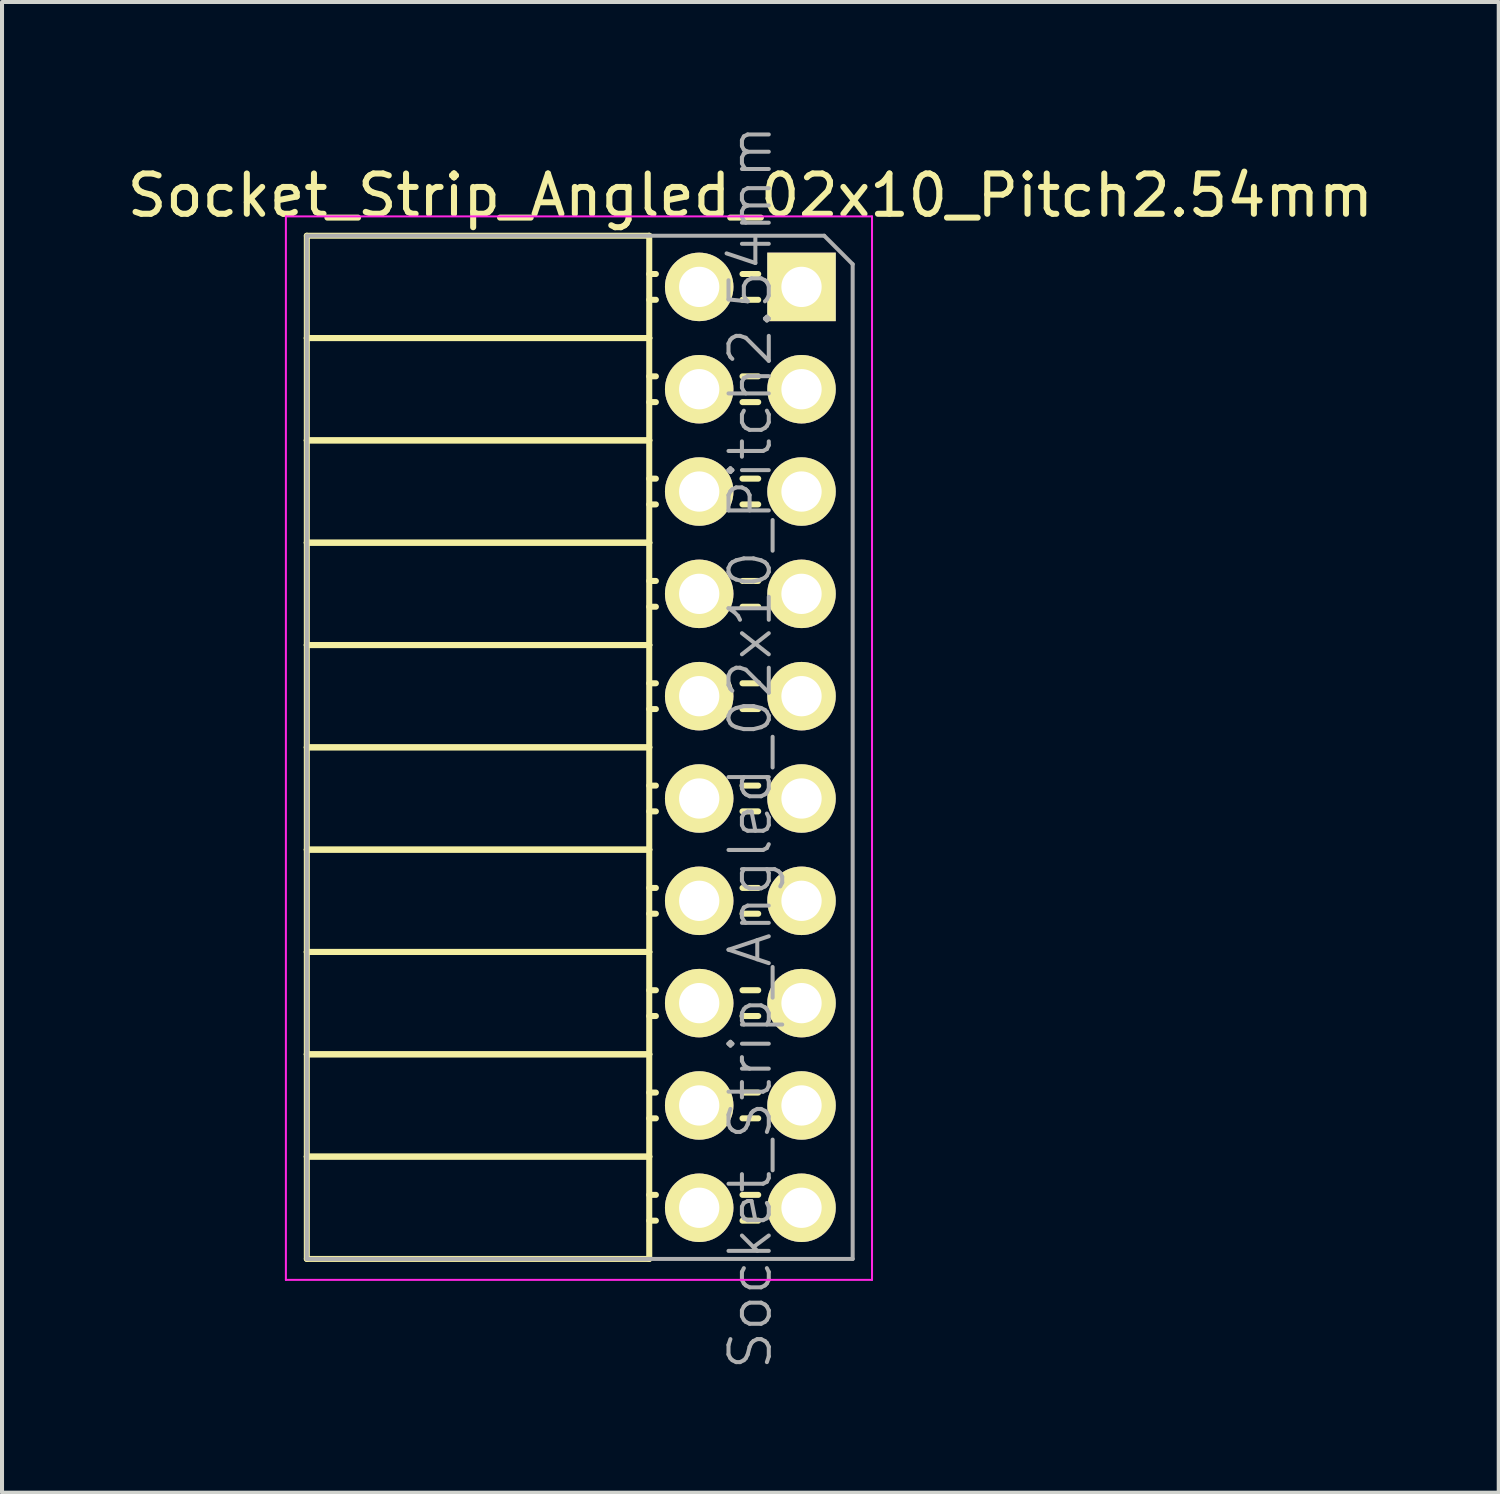
<source format=kicad_pcb>
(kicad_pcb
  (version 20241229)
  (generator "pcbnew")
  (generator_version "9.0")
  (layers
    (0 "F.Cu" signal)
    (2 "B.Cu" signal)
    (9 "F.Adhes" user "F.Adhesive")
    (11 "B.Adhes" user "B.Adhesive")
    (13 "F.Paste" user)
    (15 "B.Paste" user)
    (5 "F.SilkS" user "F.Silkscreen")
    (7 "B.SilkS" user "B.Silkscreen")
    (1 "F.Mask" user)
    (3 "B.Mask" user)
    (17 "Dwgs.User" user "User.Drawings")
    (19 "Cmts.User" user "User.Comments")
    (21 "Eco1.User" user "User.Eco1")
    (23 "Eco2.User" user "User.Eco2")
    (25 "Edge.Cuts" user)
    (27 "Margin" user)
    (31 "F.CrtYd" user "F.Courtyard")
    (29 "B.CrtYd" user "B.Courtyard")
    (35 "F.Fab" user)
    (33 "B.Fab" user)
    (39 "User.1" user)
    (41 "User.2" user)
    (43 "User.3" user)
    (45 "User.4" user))
  (footprint "Socket_Strip_Angled_02x10_Pitch2.54mm"
    (layer "F.Cu")
    (at 16.847 4.072)
    (property "Reference" "Socket_Strip_Angled_02x10_Pitch2.54mm" (at -1.27 -2.27 0) (layer "F.SilkS") (effects (font (size 1 1) (thickness 0.15))))
    (attr smd)
    (fp_line (start -12.28 -1.27) (end -12.28 1.27) (stroke (width 0.15) (type solid)) (layer "F.SilkS"))
    (fp_line (start -12.28 -1.27) (end -3.78 -1.27) (stroke (width 0.15) (type solid)) (layer "F.SilkS"))
    (fp_line (start -12.28 1.27) (end -12.28 3.81) (stroke (width 0.15) (type solid)) (layer "F.SilkS"))
    (fp_line (start -12.28 1.27) (end -3.78 1.27) (stroke (width 0.15) (type solid)) (layer "F.SilkS"))
    (fp_line (start -12.28 1.27) (end -3.78 1.27) (stroke (width 0.15) (type solid)) (layer "F.SilkS"))
    (fp_line (start -12.28 3.81) (end -12.28 6.35) (stroke (width 0.15) (type solid)) (layer "F.SilkS"))
    (fp_line (start -12.28 3.81) (end -3.78 3.81) (stroke (width 0.15) (type solid)) (layer "F.SilkS"))
    (fp_line (start -12.28 3.81) (end -3.78 3.81) (stroke (width 0.15) (type solid)) (layer "F.SilkS"))
    (fp_line (start -12.28 6.35) (end -12.28 8.89) (stroke (width 0.15) (type solid)) (layer "F.SilkS"))
    (fp_line (start -12.28 6.35) (end -3.78 6.35) (stroke (width 0.15) (type solid)) (layer "F.SilkS"))
    (fp_line (start -12.28 6.35) (end -3.78 6.35) (stroke (width 0.15) (type solid)) (layer "F.SilkS"))
    (fp_line (start -12.28 8.89) (end -12.28 11.43) (stroke (width 0.15) (type solid)) (layer "F.SilkS"))
    (fp_line (start -12.28 8.89) (end -3.78 8.89) (stroke (width 0.15) (type solid)) (layer "F.SilkS"))
    (fp_line (start -12.28 8.89) (end -3.78 8.89) (stroke (width 0.15) (type solid)) (layer "F.SilkS"))
    (fp_line (start -12.28 11.43) (end -12.28 13.97) (stroke (width 0.15) (type solid)) (layer "F.SilkS"))
    (fp_line (start -12.28 11.43) (end -3.78 11.43) (stroke (width 0.15) (type solid)) (layer "F.SilkS"))
    (fp_line (start -12.28 11.43) (end -3.78 11.43) (stroke (width 0.15) (type solid)) (layer "F.SilkS"))
    (fp_line (start -12.28 13.97) (end -12.28 16.51) (stroke (width 0.15) (type solid)) (layer "F.SilkS"))
    (fp_line (start -12.28 13.97) (end -3.78 13.97) (stroke (width 0.15) (type solid)) (layer "F.SilkS"))
    (fp_line (start -12.28 13.97) (end -3.78 13.97) (stroke (width 0.15) (type solid)) (layer "F.SilkS"))
    (fp_line (start -12.28 16.51) (end -12.28 19.05) (stroke (width 0.15) (type solid)) (layer "F.SilkS"))
    (fp_line (start -12.28 16.51) (end -3.78 16.51) (stroke (width 0.15) (type solid)) (layer "F.SilkS"))
    (fp_line (start -12.28 16.51) (end -3.78 16.51) (stroke (width 0.15) (type solid)) (layer "F.SilkS"))
    (fp_line (start -12.28 19.05) (end -12.28 21.59) (stroke (width 0.15) (type solid)) (layer "F.SilkS"))
    (fp_line (start -12.28 19.05) (end -3.78 19.05) (stroke (width 0.15) (type solid)) (layer "F.SilkS"))
    (fp_line (start -12.28 19.05) (end -3.78 19.05) (stroke (width 0.15) (type solid)) (layer "F.SilkS"))
    (fp_line (start -12.28 21.59) (end -12.28 24.13) (stroke (width 0.15) (type solid)) (layer "F.SilkS"))
    (fp_line (start -12.28 21.59) (end -3.78 21.59) (stroke (width 0.15) (type solid)) (layer "F.SilkS"))
    (fp_line (start -12.28 21.59) (end -3.78 21.59) (stroke (width 0.15) (type solid)) (layer "F.SilkS"))
    (fp_line (start -12.28 24.13) (end -3.78 24.13) (stroke (width 0.15) (type solid)) (layer "F.SilkS"))
    (fp_line (start -3.78 -1.27) (end -3.78 1.27) (stroke (width 0.15) (type solid)) (layer "F.SilkS"))
    (fp_line (start -3.78 -0.32) (end -3.615 -0.32) (stroke (width 0.15) (type solid)) (layer "F.SilkS"))
    (fp_line (start -3.78 0.32) (end -3.615 0.32) (stroke (width 0.15) (type solid)) (layer "F.SilkS"))
    (fp_line (start -3.78 1.27) (end -3.78 3.81) (stroke (width 0.15) (type solid)) (layer "F.SilkS"))
    (fp_line (start -3.78 2.22) (end -3.615 2.22) (stroke (width 0.15) (type solid)) (layer "F.SilkS"))
    (fp_line (start -3.78 2.86) (end -3.615 2.86) (stroke (width 0.15) (type solid)) (layer "F.SilkS"))
    (fp_line (start -3.78 3.81) (end -3.78 6.35) (stroke (width 0.15) (type solid)) (layer "F.SilkS"))
    (fp_line (start -3.78 4.76) (end -3.615 4.76) (stroke (width 0.15) (type solid)) (layer "F.SilkS"))
    (fp_line (start -3.78 5.4) (end -3.615 5.4) (stroke (width 0.15) (type solid)) (layer "F.SilkS"))
    (fp_line (start -3.78 6.35) (end -3.78 8.89) (stroke (width 0.15) (type solid)) (layer "F.SilkS"))
    (fp_line (start -3.78 7.3) (end -3.615 7.3) (stroke (width 0.15) (type solid)) (layer "F.SilkS"))
    (fp_line (start -3.78 7.94) (end -3.615 7.94) (stroke (width 0.15) (type solid)) (layer "F.SilkS"))
    (fp_line (start -3.78 8.89) (end -3.78 11.43) (stroke (width 0.15) (type solid)) (layer "F.SilkS"))
    (fp_line (start -3.78 9.84) (end -3.615 9.84) (stroke (width 0.15) (type solid)) (layer "F.SilkS"))
    (fp_line (start -3.78 10.48) (end -3.615 10.48) (stroke (width 0.15) (type solid)) (layer "F.SilkS"))
    (fp_line (start -3.78 11.43) (end -3.78 13.97) (stroke (width 0.15) (type solid)) (layer "F.SilkS"))
    (fp_line (start -3.78 12.38) (end -3.615 12.38) (stroke (width 0.15) (type solid)) (layer "F.SilkS"))
    (fp_line (start -3.78 13.02) (end -3.615 13.02) (stroke (width 0.15) (type solid)) (layer "F.SilkS"))
    (fp_line (start -3.78 13.97) (end -3.78 16.51) (stroke (width 0.15) (type solid)) (layer "F.SilkS"))
    (fp_line (start -3.78 14.92) (end -3.615 14.92) (stroke (width 0.15) (type solid)) (layer "F.SilkS"))
    (fp_line (start -3.78 15.56) (end -3.615 15.56) (stroke (width 0.15) (type solid)) (layer "F.SilkS"))
    (fp_line (start -3.78 16.51) (end -3.78 19.05) (stroke (width 0.15) (type solid)) (layer "F.SilkS"))
    (fp_line (start -3.78 17.46) (end -3.615 17.46) (stroke (width 0.15) (type solid)) (layer "F.SilkS"))
    (fp_line (start -3.78 18.1) (end -3.615 18.1) (stroke (width 0.15) (type solid)) (layer "F.SilkS"))
    (fp_line (start -3.78 19.05) (end -3.78 21.59) (stroke (width 0.15) (type solid)) (layer "F.SilkS"))
    (fp_line (start -3.78 20) (end -3.615 20) (stroke (width 0.15) (type solid)) (layer "F.SilkS"))
    (fp_line (start -3.78 20.64) (end -3.615 20.64) (stroke (width 0.15) (type solid)) (layer "F.SilkS"))
    (fp_line (start -3.78 21.59) (end -3.78 24.13) (stroke (width 0.15) (type solid)) (layer "F.SilkS"))
    (fp_line (start -3.78 22.54) (end -3.615 22.54) (stroke (width 0.15) (type solid)) (layer "F.SilkS"))
    (fp_line (start -3.78 23.18) (end -3.615 23.18) (stroke (width 0.15) (type solid)) (layer "F.SilkS"))
    (fp_line (start -1.075 -0.32) (end -1.465 -0.32) (stroke (width 0.15) (type solid)) (layer "F.SilkS"))
    (fp_line (start -1.075 0.32) (end -1.465 0.32) (stroke (width 0.15) (type solid)) (layer "F.SilkS"))
    (fp_line (start -1.075 2.22) (end -1.465 2.22) (stroke (width 0.15) (type solid)) (layer "F.SilkS"))
    (fp_line (start -1.075 2.86) (end -1.465 2.86) (stroke (width 0.15) (type solid)) (layer "F.SilkS"))
    (fp_line (start -1.075 4.76) (end -1.465 4.76) (stroke (width 0.15) (type solid)) (layer "F.SilkS"))
    (fp_line (start -1.075 5.4) (end -1.465 5.4) (stroke (width 0.15) (type solid)) (layer "F.SilkS"))
    (fp_line (start -1.075 7.3) (end -1.465 7.3) (stroke (width 0.15) (type solid)) (layer "F.SilkS"))
    (fp_line (start -1.075 7.94) (end -1.465 7.94) (stroke (width 0.15) (type solid)) (layer "F.SilkS"))
    (fp_line (start -1.075 9.84) (end -1.465 9.84) (stroke (width 0.15) (type solid)) (layer "F.SilkS"))
    (fp_line (start -1.075 10.48) (end -1.465 10.48) (stroke (width 0.15) (type solid)) (layer "F.SilkS"))
    (fp_line (start -1.075 12.38) (end -1.465 12.38) (stroke (width 0.15) (type solid)) (layer "F.SilkS"))
    (fp_line (start -1.075 13.02) (end -1.465 13.02) (stroke (width 0.15) (type solid)) (layer "F.SilkS"))
    (fp_line (start -1.075 14.92) (end -1.465 14.92) (stroke (width 0.15) (type solid)) (layer "F.SilkS"))
    (fp_line (start -1.075 15.56) (end -1.465 15.56) (stroke (width 0.15) (type solid)) (layer "F.SilkS"))
    (fp_line (start -1.075 17.46) (end -1.465 17.46) (stroke (width 0.15) (type solid)) (layer "F.SilkS"))
    (fp_line (start -1.075 18.1) (end -1.465 18.1) (stroke (width 0.15) (type solid)) (layer "F.SilkS"))
    (fp_line (start -1.075 20) (end -1.465 20) (stroke (width 0.15) (type solid)) (layer "F.SilkS"))
    (fp_line (start -1.075 20.64) (end -1.465 20.64) (stroke (width 0.15) (type solid)) (layer "F.SilkS"))
    (fp_line (start -1.075 22.54) (end -1.465 22.54) (stroke (width 0.15) (type solid)) (layer "F.SilkS"))
    (fp_line (start -1.075 23.18) (end -1.465 23.18) (stroke (width 0.15) (type solid)) (layer "F.SilkS"))
    (fp_line (start -12.8 -1.75) (end 1.75 -1.75) (stroke (width 0.05) (type solid)) (layer "F.CrtYd"))
    (fp_line (start -12.8 24.65) (end -12.8 -1.75) (stroke (width 0.05) (type solid)) (layer "F.CrtYd"))
    (fp_line (start -12.8 24.65) (end 1.75 24.65) (stroke (width 0.05) (type solid)) (layer "F.CrtYd"))
    (fp_line (start 1.75 24.65) (end 1.75 -1.75) (stroke (width 0.05) (type solid)) (layer "F.CrtYd"))
    (fp_line (start -12.28 -1.27) (end 0.563 -1.27) (stroke (width 0.1) (type solid)) (layer "F.Fab"))
    (fp_line (start -12.28 24.13) (end -12.28 -1.27) (stroke (width 0.1) (type solid)) (layer "F.Fab"))
    (fp_line (start -12.28 24.13) (end 1.27 24.13) (stroke (width 0.1) (type solid)) (layer "F.Fab"))
    (fp_line (start 1.27 -0.563) (end 0.563 -1.27) (stroke (width 0.1) (type solid)) (layer "F.Fab"))
    (fp_line (start 1.27 24.13) (end 1.27 -0.563) (stroke (width 0.1) (type solid)) (layer "F.Fab"))
    (fp_text user "${REFERENCE}" (at -1.27 11.43 90) (layer "F.Fab") (effects (font (size 1 1) (thickness 0.1))))
    (pad "1" thru_hole rect (at 0 0) (size 1.7 1.7) (drill 1) (layers "*.Cu" "*.Mask" "F.SilkS"))
    (pad "2" thru_hole oval (at -2.54 0) (size 1.7 1.7) (drill 1) (layers "*.Cu" "*.Mask" "F.SilkS"))
    (pad "3" thru_hole oval (at 0 2.54) (size 1.7 1.7) (drill 1) (layers "*.Cu" "*.Mask" "F.SilkS"))
    (pad "4" thru_hole oval (at -2.54 2.54) (size 1.7 1.7) (drill 1) (layers "*.Cu" "*.Mask" "F.SilkS"))
    (pad "5" thru_hole oval (at 0 5.08) (size 1.7 1.7) (drill 1) (layers "*.Cu" "*.Mask" "F.SilkS"))
    (pad "6" thru_hole oval (at -2.54 5.08) (size 1.7 1.7) (drill 1) (layers "*.Cu" "*.Mask" "F.SilkS"))
    (pad "7" thru_hole oval (at 0 7.62) (size 1.7 1.7) (drill 1) (layers "*.Cu" "*.Mask" "F.SilkS"))
    (pad "8" thru_hole oval (at -2.54 7.62) (size 1.7 1.7) (drill 1) (layers "*.Cu" "*.Mask" "F.SilkS"))
    (pad "9" thru_hole oval (at 0 10.16) (size 1.7 1.7) (drill 1) (layers "*.Cu" "*.Mask" "F.SilkS"))
    (pad "10" thru_hole oval (at -2.54 10.16) (size 1.7 1.7) (drill 1) (layers "*.Cu" "*.Mask" "F.SilkS"))
    (pad "11" thru_hole oval (at 0 12.7) (size 1.7 1.7) (drill 1) (layers "*.Cu" "*.Mask" "F.SilkS"))
    (pad "12" thru_hole oval (at -2.54 12.7) (size 1.7 1.7) (drill 1) (layers "*.Cu" "*.Mask" "F.SilkS"))
    (pad "13" thru_hole oval (at 0 15.24) (size 1.7 1.7) (drill 1) (layers "*.Cu" "*.Mask" "F.SilkS"))
    (pad "14" thru_hole oval (at -2.54 15.24) (size 1.7 1.7) (drill 1) (layers "*.Cu" "*.Mask" "F.SilkS"))
    (pad "15" thru_hole oval (at 0 17.78) (size 1.7 1.7) (drill 1) (layers "*.Cu" "*.Mask" "F.SilkS"))
    (pad "16" thru_hole oval (at -2.54 17.78) (size 1.7 1.7) (drill 1) (layers "*.Cu" "*.Mask" "F.SilkS"))
    (pad "17" thru_hole oval (at 0 20.32) (size 1.7 1.7) (drill 1) (layers "*.Cu" "*.Mask" "F.SilkS"))
    (pad "18" thru_hole oval (at -2.54 20.32) (size 1.7 1.7) (drill 1) (layers "*.Cu" "*.Mask" "F.SilkS"))
    (pad "19" thru_hole oval (at 0 22.86) (size 1.7 1.7) (drill 1) (layers "*.Cu" "*.Mask" "F.SilkS"))
    (pad "20" thru_hole oval (at -2.54 22.86) (size 1.7 1.7) (drill 1) (layers "*.Cu" "*.Mask" "F.SilkS")))
  (gr_rect
    (start -3 -3)
    (end 34.155 34.005)
    (stroke (width 0.1) (type default))
    (fill no)
    (layer "Edge.Cuts")))
</source>
